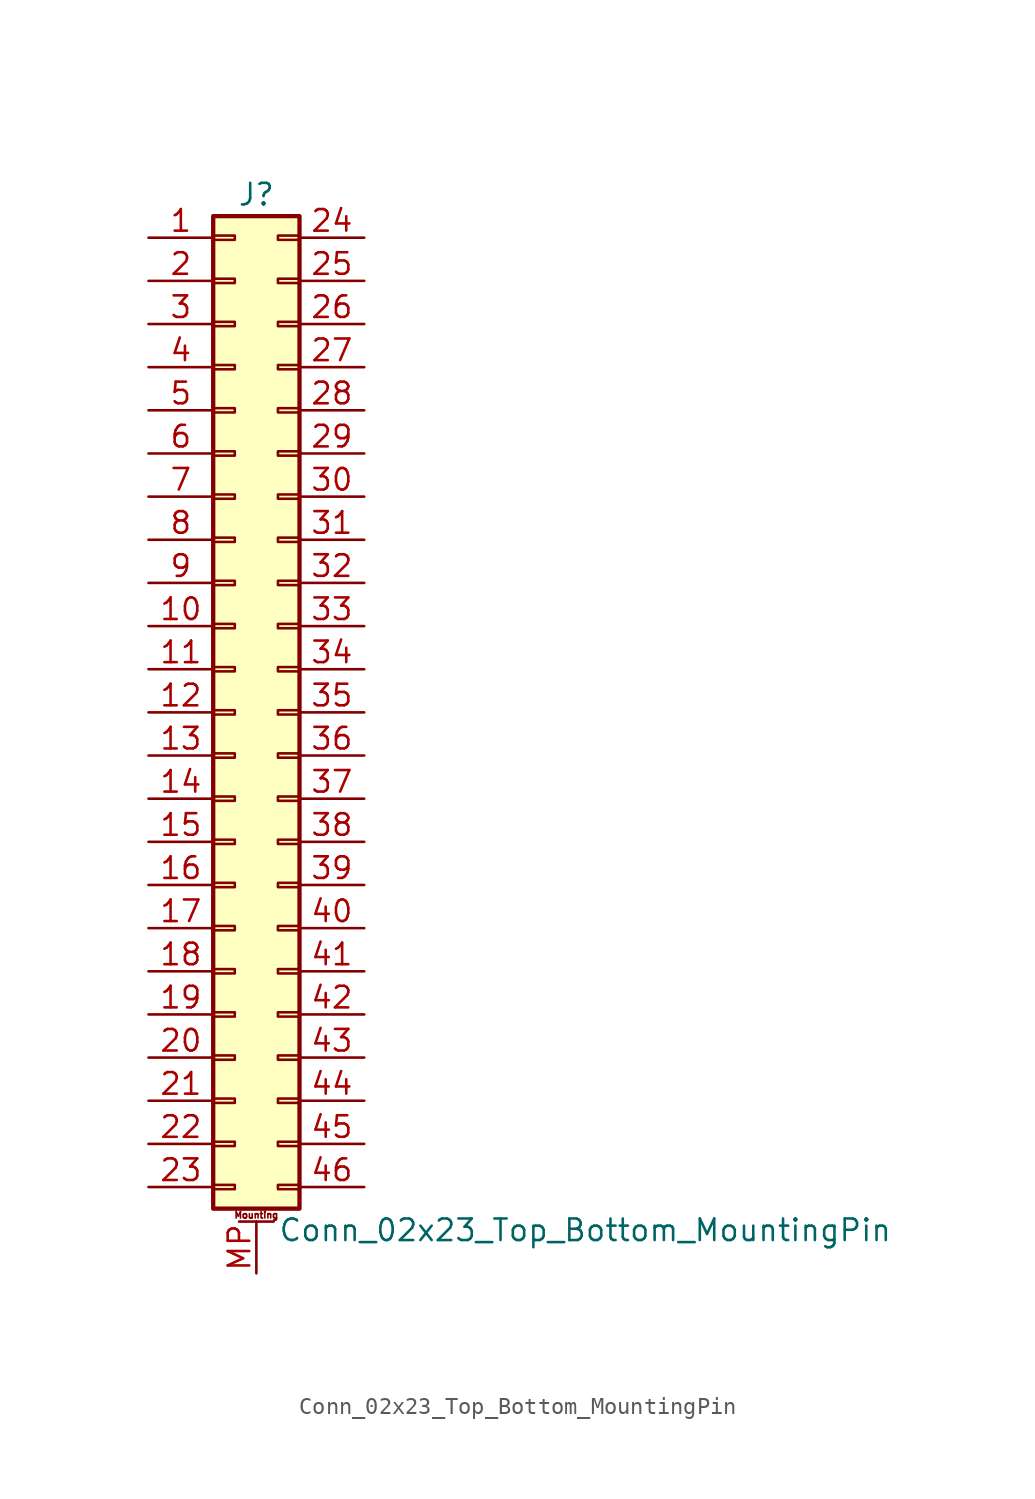
<source format=kicad_sym>
(kicad_symbol_lib
  (version 20201005)
  (generator kicad_symbol_editor)
  (symbol "Connector_Generic_MountingPin:Conn_02x23_Top_Bottom_MountingPin"
    (pin_names
      (offset 1.016) hide)
    (property "Reference" "J"
      (at 1.27 30.48 0)
      (effects (font (size 1.27 1.27))))
    (property "Value" "Conn_02x23_Top_Bottom_MountingPin"
      (at 2.54 -30.48 0)
      (effects (font (size 1.27 1.27)) (justify left)))
    (symbol "Conn_02x23_Top_Bottom_MountingPin_1_1"
      (text "Mounting" (at 1.27 -29.591 0) (effects (font (size 0.381 0.381))))
      (rectangle (start -1.27 -27.813) (end 0 -28.067) (stroke (width 0.152)) (fill (type none)))
      (rectangle (start -1.27 -4.953) (end 0 -5.207) (stroke (width 0.152)) (fill (type none)))
      (rectangle (start -1.27 -7.493) (end 0 -7.747) (stroke (width 0.152)) (fill (type none)))
      (rectangle (start -1.27 -10.033) (end 0 -10.287) (stroke (width 0.152)) (fill (type none)))
      (rectangle (start -1.27 -12.573) (end 0 -12.827) (stroke (width 0.152)) (fill (type none)))
      (rectangle (start -1.27 -15.113) (end 0 -15.367) (stroke (width 0.152)) (fill (type none)))
      (rectangle (start -1.27 -17.653) (end 0 -17.907) (stroke (width 0.152)) (fill (type none)))
      (rectangle (start -1.27 -20.193) (end 0 -20.447) (stroke (width 0.152)) (fill (type none)))
      (rectangle (start -1.27 -22.733) (end 0 -22.987) (stroke (width 0.152)) (fill (type none)))
      (rectangle (start -1.27 -2.413) (end 0 -2.667) (stroke (width 0.152)) (fill (type none)))
      (rectangle (start -1.27 -25.273) (end 0 -25.527) (stroke (width 0.152)) (fill (type none)))
      (rectangle (start -1.27 25.527) (end 0 25.273) (stroke (width 0.152)) (fill (type none)))
      (rectangle (start -1.27 2.667) (end 0 2.413) (stroke (width 0.152)) (fill (type none)))
      (rectangle (start -1.27 28.067) (end 0 27.813) (stroke (width 0.152)) (fill (type none)))
      (rectangle (start -1.27 29.21) (end 3.81 -29.21) (stroke (width 0.254)) (fill (type background)))
      (rectangle (start -1.27 5.207) (end 0 4.953) (stroke (width 0.152)) (fill (type none)))
      (rectangle (start -1.27 7.747) (end 0 7.493) (stroke (width 0.152)) (fill (type none)))
      (rectangle (start -1.27 10.287) (end 0 10.033) (stroke (width 0.152)) (fill (type none)))
      (rectangle (start -1.27 0.127) (end 0 -0.127) (stroke (width 0.152)) (fill (type none)))
      (rectangle (start -1.27 12.827) (end 0 12.573) (stroke (width 0.152)) (fill (type none)))
      (rectangle (start -1.27 15.367) (end 0 15.113) (stroke (width 0.152)) (fill (type none)))
      (rectangle (start -1.27 17.907) (end 0 17.653) (stroke (width 0.152)) (fill (type none)))
      (rectangle (start -1.27 20.447) (end 0 20.193) (stroke (width 0.152)) (fill (type none)))
      (rectangle (start -1.27 22.987) (end 0 22.733) (stroke (width 0.152)) (fill (type none)))
      (rectangle (start 3.81 -27.813) (end 2.54 -28.067) (stroke (width 0.152)) (fill (type none)))
      (rectangle (start 3.81 -4.953) (end 2.54 -5.207) (stroke (width 0.152)) (fill (type none)))
      (rectangle (start 3.81 -7.493) (end 2.54 -7.747) (stroke (width 0.152)) (fill (type none)))
      (rectangle (start 3.81 -10.033) (end 2.54 -10.287) (stroke (width 0.152)) (fill (type none)))
      (rectangle (start 3.81 -12.573) (end 2.54 -12.827) (stroke (width 0.152)) (fill (type none)))
      (rectangle (start 3.81 -15.113) (end 2.54 -15.367) (stroke (width 0.152)) (fill (type none)))
      (rectangle (start 3.81 -17.653) (end 2.54 -17.907) (stroke (width 0.152)) (fill (type none)))
      (rectangle (start 3.81 -20.193) (end 2.54 -20.447) (stroke (width 0.152)) (fill (type none)))
      (rectangle (start 3.81 -22.733) (end 2.54 -22.987) (stroke (width 0.152)) (fill (type none)))
      (rectangle (start 3.81 -2.413) (end 2.54 -2.667) (stroke (width 0.152)) (fill (type none)))
      (rectangle (start 3.81 -25.273) (end 2.54 -25.527) (stroke (width 0.152)) (fill (type none)))
      (rectangle (start 3.81 25.527) (end 2.54 25.273) (stroke (width 0.152)) (fill (type none)))
      (rectangle (start 3.81 2.667) (end 2.54 2.413) (stroke (width 0.152)) (fill (type none)))
      (rectangle (start 3.81 28.067) (end 2.54 27.813) (stroke (width 0.152)) (fill (type none)))
      (rectangle (start 3.81 5.207) (end 2.54 4.953) (stroke (width 0.152)) (fill (type none)))
      (rectangle (start 3.81 7.747) (end 2.54 7.493) (stroke (width 0.152)) (fill (type none)))
      (rectangle (start 3.81 10.287) (end 2.54 10.033) (stroke (width 0.152)) (fill (type none)))
      (rectangle (start 3.81 0.127) (end 2.54 -0.127) (stroke (width 0.152)) (fill (type none)))
      (rectangle (start 3.81 12.827) (end 2.54 12.573) (stroke (width 0.152)) (fill (type none)))
      (rectangle (start 3.81 15.367) (end 2.54 15.113) (stroke (width 0.152)) (fill (type none)))
      (rectangle (start 3.81 17.907) (end 2.54 17.653) (stroke (width 0.152)) (fill (type none)))
      (rectangle (start 3.81 20.447) (end 2.54 20.193) (stroke (width 0.152)) (fill (type none)))
      (rectangle (start 3.81 22.987) (end 2.54 22.733) (stroke (width 0.152)) (fill (type none)))
      (polyline (pts (xy 0.254 -29.972) (xy 2.286 -29.972)) (stroke (width 0.152)) (fill (type none)))
      (pin passive line (at 1.27 -33.02 90) (length 3.048) (name "MountPin" (effects (font (size 1.27 1.27)))) (number "MP" (effects (font (size 1.27 1.27)))))
      (pin passive line (at -5.08 27.94 0) (length 3.81) (name "Pin_1" (effects (font (size 1.27 1.27)))) (number "1" (effects (font (size 1.27 1.27)))))
      (pin passive line (at -5.08 5.08 0) (length 3.81) (name "Pin_10" (effects (font (size 1.27 1.27)))) (number "10" (effects (font (size 1.27 1.27)))))
      (pin passive line (at -5.08 2.54 0) (length 3.81) (name "Pin_11" (effects (font (size 1.27 1.27)))) (number "11" (effects (font (size 1.27 1.27)))))
      (pin passive line (at -5.08 0 0) (length 3.81) (name "Pin_12" (effects (font (size 1.27 1.27)))) (number "12" (effects (font (size 1.27 1.27)))))
      (pin passive line (at -5.08 -2.54 0) (length 3.81) (name "Pin_13" (effects (font (size 1.27 1.27)))) (number "13" (effects (font (size 1.27 1.27)))))
      (pin passive line (at -5.08 -5.08 0) (length 3.81) (name "Pin_14" (effects (font (size 1.27 1.27)))) (number "14" (effects (font (size 1.27 1.27)))))
      (pin passive line (at -5.08 -7.62 0) (length 3.81) (name "Pin_15" (effects (font (size 1.27 1.27)))) (number "15" (effects (font (size 1.27 1.27)))))
      (pin passive line (at -5.08 -10.16 0) (length 3.81) (name "Pin_16" (effects (font (size 1.27 1.27)))) (number "16" (effects (font (size 1.27 1.27)))))
      (pin passive line (at -5.08 -12.7 0) (length 3.81) (name "Pin_17" (effects (font (size 1.27 1.27)))) (number "17" (effects (font (size 1.27 1.27)))))
      (pin passive line (at -5.08 -15.24 0) (length 3.81) (name "Pin_18" (effects (font (size 1.27 1.27)))) (number "18" (effects (font (size 1.27 1.27)))))
      (pin passive line (at -5.08 -17.78 0) (length 3.81) (name "Pin_19" (effects (font (size 1.27 1.27)))) (number "19" (effects (font (size 1.27 1.27)))))
      (pin passive line (at -5.08 25.4 0) (length 3.81) (name "Pin_2" (effects (font (size 1.27 1.27)))) (number "2" (effects (font (size 1.27 1.27)))))
      (pin passive line (at -5.08 -20.32 0) (length 3.81) (name "Pin_20" (effects (font (size 1.27 1.27)))) (number "20" (effects (font (size 1.27 1.27)))))
      (pin passive line (at -5.08 -22.86 0) (length 3.81) (name "Pin_21" (effects (font (size 1.27 1.27)))) (number "21" (effects (font (size 1.27 1.27)))))
      (pin passive line (at -5.08 -25.4 0) (length 3.81) (name "Pin_22" (effects (font (size 1.27 1.27)))) (number "22" (effects (font (size 1.27 1.27)))))
      (pin passive line (at -5.08 -27.94 0) (length 3.81) (name "Pin_23" (effects (font (size 1.27 1.27)))) (number "23" (effects (font (size 1.27 1.27)))))
      (pin passive line (at 7.62 27.94 180) (length 3.81) (name "Pin_24" (effects (font (size 1.27 1.27)))) (number "24" (effects (font (size 1.27 1.27)))))
      (pin passive line (at 7.62 25.4 180) (length 3.81) (name "Pin_25" (effects (font (size 1.27 1.27)))) (number "25" (effects (font (size 1.27 1.27)))))
      (pin passive line (at 7.62 22.86 180) (length 3.81) (name "Pin_26" (effects (font (size 1.27 1.27)))) (number "26" (effects (font (size 1.27 1.27)))))
      (pin passive line (at 7.62 20.32 180) (length 3.81) (name "Pin_27" (effects (font (size 1.27 1.27)))) (number "27" (effects (font (size 1.27 1.27)))))
      (pin passive line (at 7.62 17.78 180) (length 3.81) (name "Pin_28" (effects (font (size 1.27 1.27)))) (number "28" (effects (font (size 1.27 1.27)))))
      (pin passive line (at 7.62 15.24 180) (length 3.81) (name "Pin_29" (effects (font (size 1.27 1.27)))) (number "29" (effects (font (size 1.27 1.27)))))
      (pin passive line (at -5.08 22.86 0) (length 3.81) (name "Pin_3" (effects (font (size 1.27 1.27)))) (number "3" (effects (font (size 1.27 1.27)))))
      (pin passive line (at 7.62 12.7 180) (length 3.81) (name "Pin_30" (effects (font (size 1.27 1.27)))) (number "30" (effects (font (size 1.27 1.27)))))
      (pin passive line (at 7.62 10.16 180) (length 3.81) (name "Pin_31" (effects (font (size 1.27 1.27)))) (number "31" (effects (font (size 1.27 1.27)))))
      (pin passive line (at 7.62 7.62 180) (length 3.81) (name "Pin_32" (effects (font (size 1.27 1.27)))) (number "32" (effects (font (size 1.27 1.27)))))
      (pin passive line (at 7.62 5.08 180) (length 3.81) (name "Pin_33" (effects (font (size 1.27 1.27)))) (number "33" (effects (font (size 1.27 1.27)))))
      (pin passive line (at 7.62 2.54 180) (length 3.81) (name "Pin_34" (effects (font (size 1.27 1.27)))) (number "34" (effects (font (size 1.27 1.27)))))
      (pin passive line (at 7.62 0 180) (length 3.81) (name "Pin_35" (effects (font (size 1.27 1.27)))) (number "35" (effects (font (size 1.27 1.27)))))
      (pin passive line (at 7.62 -2.54 180) (length 3.81) (name "Pin_36" (effects (font (size 1.27 1.27)))) (number "36" (effects (font (size 1.27 1.27)))))
      (pin passive line (at 7.62 -5.08 180) (length 3.81) (name "Pin_37" (effects (font (size 1.27 1.27)))) (number "37" (effects (font (size 1.27 1.27)))))
      (pin passive line (at 7.62 -7.62 180) (length 3.81) (name "Pin_38" (effects (font (size 1.27 1.27)))) (number "38" (effects (font (size 1.27 1.27)))))
      (pin passive line (at 7.62 -10.16 180) (length 3.81) (name "Pin_39" (effects (font (size 1.27 1.27)))) (number "39" (effects (font (size 1.27 1.27)))))
      (pin passive line (at -5.08 20.32 0) (length 3.81) (name "Pin_4" (effects (font (size 1.27 1.27)))) (number "4" (effects (font (size 1.27 1.27)))))
      (pin passive line (at 7.62 -12.7 180) (length 3.81) (name "Pin_40" (effects (font (size 1.27 1.27)))) (number "40" (effects (font (size 1.27 1.27)))))
      (pin passive line (at 7.62 -15.24 180) (length 3.81) (name "Pin_41" (effects (font (size 1.27 1.27)))) (number "41" (effects (font (size 1.27 1.27)))))
      (pin passive line (at 7.62 -17.78 180) (length 3.81) (name "Pin_42" (effects (font (size 1.27 1.27)))) (number "42" (effects (font (size 1.27 1.27)))))
      (pin passive line (at 7.62 -20.32 180) (length 3.81) (name "Pin_43" (effects (font (size 1.27 1.27)))) (number "43" (effects (font (size 1.27 1.27)))))
      (pin passive line (at 7.62 -22.86 180) (length 3.81) (name "Pin_44" (effects (font (size 1.27 1.27)))) (number "44" (effects (font (size 1.27 1.27)))))
      (pin passive line (at 7.62 -25.4 180) (length 3.81) (name "Pin_45" (effects (font (size 1.27 1.27)))) (number "45" (effects (font (size 1.27 1.27)))))
      (pin passive line (at 7.62 -27.94 180) (length 3.81) (name "Pin_46" (effects (font (size 1.27 1.27)))) (number "46" (effects (font (size 1.27 1.27)))))
      (pin passive line (at -5.08 17.78 0) (length 3.81) (name "Pin_5" (effects (font (size 1.27 1.27)))) (number "5" (effects (font (size 1.27 1.27)))))
      (pin passive line (at -5.08 15.24 0) (length 3.81) (name "Pin_6" (effects (font (size 1.27 1.27)))) (number "6" (effects (font (size 1.27 1.27)))))
      (pin passive line (at -5.08 12.7 0) (length 3.81) (name "Pin_7" (effects (font (size 1.27 1.27)))) (number "7" (effects (font (size 1.27 1.27)))))
      (pin passive line (at -5.08 10.16 0) (length 3.81) (name "Pin_8" (effects (font (size 1.27 1.27)))) (number "8" (effects (font (size 1.27 1.27)))))
      (pin passive line (at -5.08 7.62 0) (length 3.81) (name "Pin_9" (effects (font (size 1.27 1.27)))) (number "9" (effects (font (size 1.27 1.27))))))))
</source>
